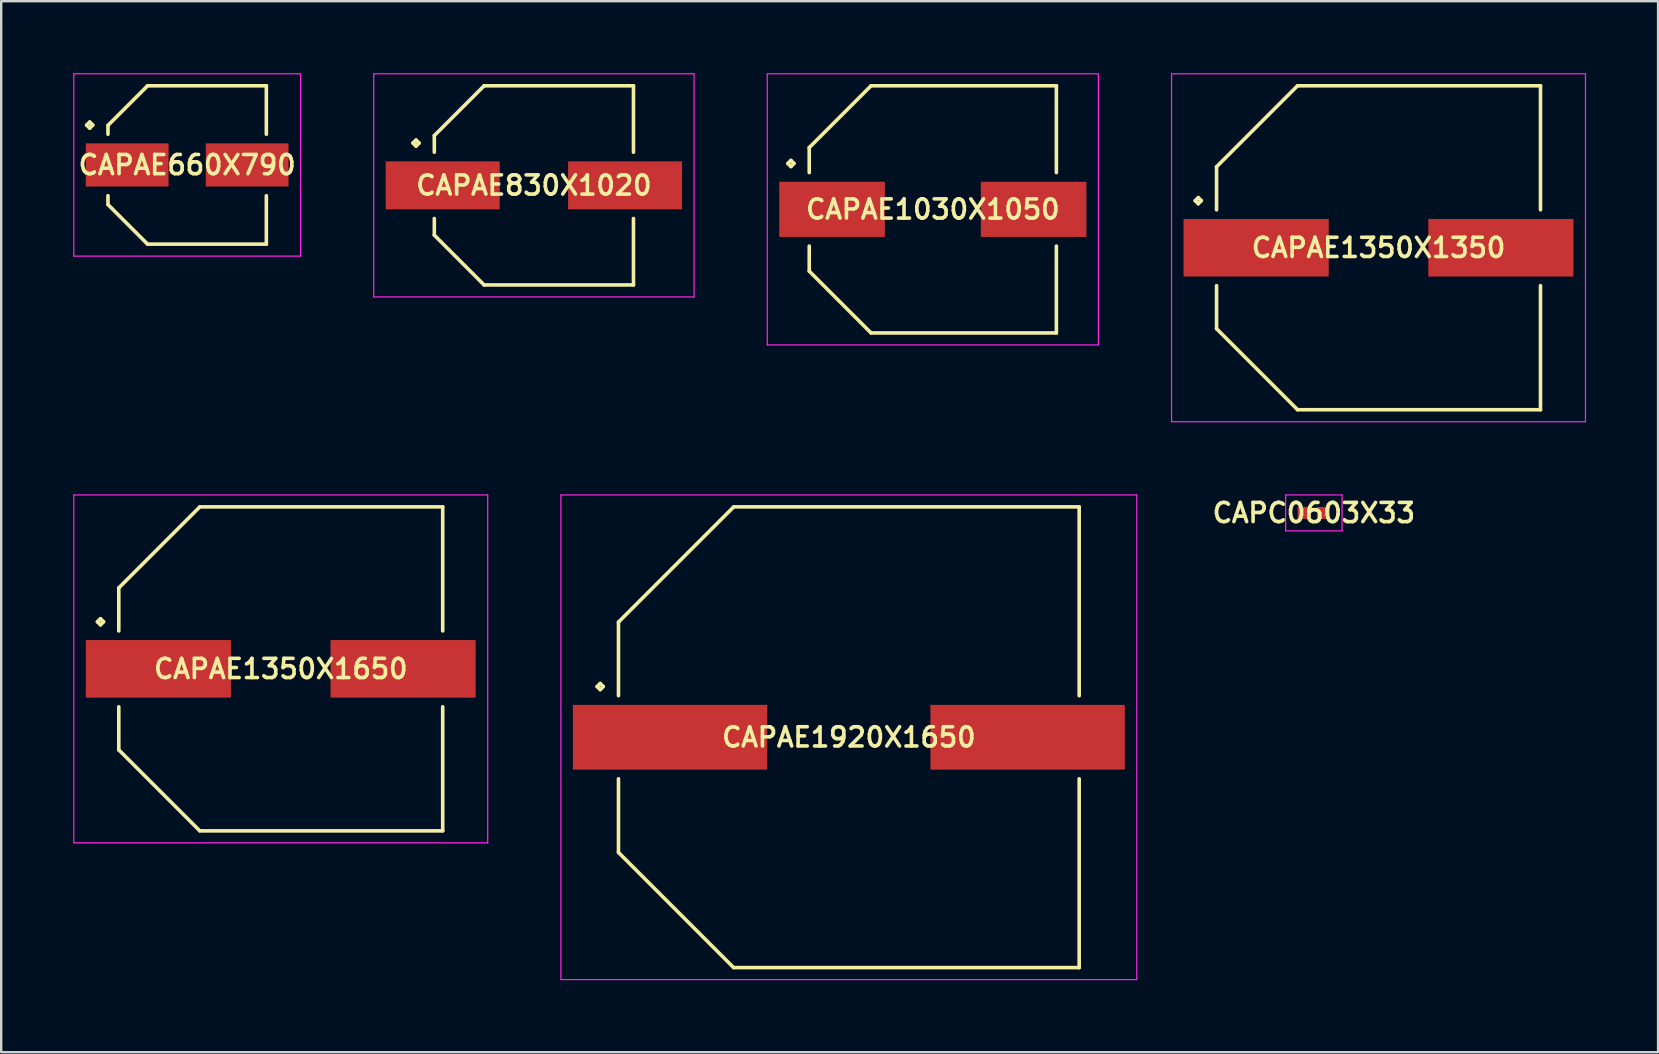
<source format=kicad_pcb>
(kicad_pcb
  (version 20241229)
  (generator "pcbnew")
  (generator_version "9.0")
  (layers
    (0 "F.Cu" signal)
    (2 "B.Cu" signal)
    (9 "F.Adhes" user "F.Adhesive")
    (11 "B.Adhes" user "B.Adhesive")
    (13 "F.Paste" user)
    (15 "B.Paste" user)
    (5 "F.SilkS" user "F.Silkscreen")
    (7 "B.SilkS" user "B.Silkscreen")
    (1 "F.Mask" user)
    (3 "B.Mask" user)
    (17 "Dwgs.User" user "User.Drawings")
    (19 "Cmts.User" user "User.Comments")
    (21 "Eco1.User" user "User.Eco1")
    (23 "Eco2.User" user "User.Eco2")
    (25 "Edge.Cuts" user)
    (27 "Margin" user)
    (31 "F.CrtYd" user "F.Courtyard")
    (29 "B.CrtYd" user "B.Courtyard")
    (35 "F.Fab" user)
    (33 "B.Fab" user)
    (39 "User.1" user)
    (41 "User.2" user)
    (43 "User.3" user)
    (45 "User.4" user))
  (footprint "CAPAE1350X1650"
    (layer "F.Cu")
    (at 8.65 24.825)
    (property "Reference" "CAPAE1350X1650" (at 0 0 0) (layer "F.SilkS") (effects (font (size 0.8 0.8) (thickness 0.15))))
    (attr smd)
    (fp_line (start -7.639 -1.962) (end -7.512 -2.089) (stroke (width 0.15) (type solid)) (layer "F.SilkS"))
    (fp_line (start -7.512 -2.089) (end -7.385 -1.962) (stroke (width 0.15) (type solid)) (layer "F.SilkS"))
    (fp_line (start -7.512 -1.835) (end -7.639 -1.962) (stroke (width 0.15) (type solid)) (layer "F.SilkS"))
    (fp_line (start -7.385 -1.962) (end -7.512 -1.835) (stroke (width 0.15) (type solid)) (layer "F.SilkS"))
    (fp_line (start -6.75 -3.375) (end -6.75 -1.581) (stroke (width 0.15) (type solid)) (layer "F.SilkS"))
    (fp_line (start -6.75 3.375) (end -6.75 1.581) (stroke (width 0.15) (type solid)) (layer "F.SilkS"))
    (fp_line (start -3.375 -6.75) (end -6.75 -3.375) (stroke (width 0.15) (type solid)) (layer "F.SilkS"))
    (fp_line (start -3.375 6.75) (end -6.75 3.375) (stroke (width 0.15) (type solid)) (layer "F.SilkS"))
    (fp_line (start 6.75 -6.75) (end -3.375 -6.75) (stroke (width 0.15) (type solid)) (layer "F.SilkS"))
    (fp_line (start 6.75 -1.581) (end 6.75 -6.75) (stroke (width 0.15) (type solid)) (layer "F.SilkS"))
    (fp_line (start 6.75 1.581) (end 6.75 6.75) (stroke (width 0.15) (type solid)) (layer "F.SilkS"))
    (fp_line (start 6.75 6.75) (end -3.375 6.75) (stroke (width 0.15) (type solid)) (layer "F.SilkS"))
    (fp_line (start -8.625 -7.25) (end 8.625 -7.25) (stroke (width 0.05) (type solid)) (layer "F.CrtYd"))
    (fp_line (start -8.625 7.25) (end -8.625 -7.25) (stroke (width 0.05) (type solid)) (layer "F.CrtYd"))
    (fp_line (start 8.625 -7.25) (end 8.625 7.25) (stroke (width 0.05) (type solid)) (layer "F.CrtYd"))
    (fp_line (start 8.625 7.25) (end -8.625 7.25) (stroke (width 0.05) (type solid)) (layer "F.CrtYd"))
    (pad "1" smd rect (at -5.1 0) (size 6.05 2.4) (layers "F.Cu" "F.Mask" "F.Paste"))
    (pad "2" smd rect (at 5.1 0) (size 6.05 2.4) (layers "F.Cu" "F.Mask" "F.Paste")))
  (footprint "CAPC0603X33"
    (layer "F.Cu")
    (at 51.705 18.325)
    (property "Reference" "CAPC0603X33" (at 0 0 0) (layer "F.SilkS") (effects (font (size 0.8 0.8) (thickness 0.15))))
    (attr smd)
    (fp_line (start -1.175 -0.75) (end 1.175 -0.75) (stroke (width 0.05) (type solid)) (layer "F.CrtYd"))
    (fp_line (start -1.175 0.75) (end -1.175 -0.75) (stroke (width 0.05) (type solid)) (layer "F.CrtYd"))
    (fp_line (start 1.175 -0.75) (end 1.175 0.75) (stroke (width 0.05) (type solid)) (layer "F.CrtYd"))
    (fp_line (start 1.175 0.75) (end -1.175 0.75) (stroke (width 0.05) (type solid)) (layer "F.CrtYd"))
    (pad "1" smd rect (at -0.4 0) (size 0.55 0.5) (layers "F.Cu" "F.Mask" "F.Paste"))
    (pad "2" smd rect (at 0.4 0) (size 0.55 0.5) (layers "F.Cu" "F.Mask" "F.Paste")))
  (footprint "CAPAE1920X1650"
    (layer "F.Cu")
    (at 32.325 27.675)
    (property "Reference" "CAPAE1920X1650" (at 0 0 0) (layer "F.SilkS") (effects (font (size 0.8 0.8) (thickness 0.15))))
    (attr smd)
    (fp_line (start -10.489 -2.112) (end -10.362 -2.239) (stroke (width 0.15) (type solid)) (layer "F.SilkS"))
    (fp_line (start -10.362 -2.239) (end -10.235 -2.112) (stroke (width 0.15) (type solid)) (layer "F.SilkS"))
    (fp_line (start -10.362 -1.985) (end -10.489 -2.112) (stroke (width 0.15) (type solid)) (layer "F.SilkS"))
    (fp_line (start -10.235 -2.112) (end -10.362 -1.985) (stroke (width 0.15) (type solid)) (layer "F.SilkS"))
    (fp_line (start -9.6 -4.8) (end -9.6 -1.731) (stroke (width 0.15) (type solid)) (layer "F.SilkS"))
    (fp_line (start -9.6 4.8) (end -9.6 1.731) (stroke (width 0.15) (type solid)) (layer "F.SilkS"))
    (fp_line (start -4.8 -9.6) (end -9.6 -4.8) (stroke (width 0.15) (type solid)) (layer "F.SilkS"))
    (fp_line (start -4.8 9.6) (end -9.6 4.8) (stroke (width 0.15) (type solid)) (layer "F.SilkS"))
    (fp_line (start 9.6 -9.6) (end -4.8 -9.6) (stroke (width 0.15) (type solid)) (layer "F.SilkS"))
    (fp_line (start 9.6 -1.731) (end 9.6 -9.6) (stroke (width 0.15) (type solid)) (layer "F.SilkS"))
    (fp_line (start 9.6 1.731) (end 9.6 9.6) (stroke (width 0.15) (type solid)) (layer "F.SilkS"))
    (fp_line (start 9.6 9.6) (end -4.8 9.6) (stroke (width 0.15) (type solid)) (layer "F.SilkS"))
    (fp_line (start -12 -10.1) (end 12 -10.1) (stroke (width 0.05) (type solid)) (layer "F.CrtYd"))
    (fp_line (start -12 10.1) (end -12 -10.1) (stroke (width 0.05) (type solid)) (layer "F.CrtYd"))
    (fp_line (start 12 -10.1) (end 12 10.1) (stroke (width 0.05) (type solid)) (layer "F.CrtYd"))
    (fp_line (start 12 10.1) (end -12 10.1) (stroke (width 0.05) (type solid)) (layer "F.CrtYd"))
    (pad "1" smd rect (at -7.45 0) (size 8.1 2.7) (layers "F.Cu" "F.Mask" "F.Paste"))
    (pad "2" smd rect (at 7.45 0) (size 8.1 2.7) (layers "F.Cu" "F.Mask" "F.Paste")))
  (footprint "CAPAE1350X1350"
    (layer "F.Cu")
    (at 54.4 7.275)
    (property "Reference" "CAPAE1350X1350" (at 0 0 0) (layer "F.SilkS") (effects (font (size 0.8 0.8) (thickness 0.15))))
    (attr smd)
    (fp_line (start -7.639 -1.962) (end -7.512 -2.089) (stroke (width 0.15) (type solid)) (layer "F.SilkS"))
    (fp_line (start -7.512 -2.089) (end -7.385 -1.962) (stroke (width 0.15) (type solid)) (layer "F.SilkS"))
    (fp_line (start -7.512 -1.835) (end -7.639 -1.962) (stroke (width 0.15) (type solid)) (layer "F.SilkS"))
    (fp_line (start -7.385 -1.962) (end -7.512 -1.835) (stroke (width 0.15) (type solid)) (layer "F.SilkS"))
    (fp_line (start -6.75 -3.375) (end -6.75 -1.581) (stroke (width 0.15) (type solid)) (layer "F.SilkS"))
    (fp_line (start -6.75 3.375) (end -6.75 1.581) (stroke (width 0.15) (type solid)) (layer "F.SilkS"))
    (fp_line (start -3.375 -6.75) (end -6.75 -3.375) (stroke (width 0.15) (type solid)) (layer "F.SilkS"))
    (fp_line (start -3.375 6.75) (end -6.75 3.375) (stroke (width 0.15) (type solid)) (layer "F.SilkS"))
    (fp_line (start 6.75 -6.75) (end -3.375 -6.75) (stroke (width 0.15) (type solid)) (layer "F.SilkS"))
    (fp_line (start 6.75 -1.581) (end 6.75 -6.75) (stroke (width 0.15) (type solid)) (layer "F.SilkS"))
    (fp_line (start 6.75 1.581) (end 6.75 6.75) (stroke (width 0.15) (type solid)) (layer "F.SilkS"))
    (fp_line (start 6.75 6.75) (end -3.375 6.75) (stroke (width 0.15) (type solid)) (layer "F.SilkS"))
    (fp_line (start -8.625 -7.25) (end 8.625 -7.25) (stroke (width 0.05) (type solid)) (layer "F.CrtYd"))
    (fp_line (start -8.625 7.25) (end -8.625 -7.25) (stroke (width 0.05) (type solid)) (layer "F.CrtYd"))
    (fp_line (start 8.625 -7.25) (end 8.625 7.25) (stroke (width 0.05) (type solid)) (layer "F.CrtYd"))
    (fp_line (start 8.625 7.25) (end -8.625 7.25) (stroke (width 0.05) (type solid)) (layer "F.CrtYd"))
    (pad "1" smd rect (at -5.1 0) (size 6.05 2.4) (layers "F.Cu" "F.Mask" "F.Paste"))
    (pad "2" smd rect (at 5.1 0) (size 6.05 2.4) (layers "F.Cu" "F.Mask" "F.Paste")))
  (footprint "CAPAE830X1020"
    (layer "F.Cu")
    (at 19.2 4.675)
    (property "Reference" "CAPAE830X1020" (at 0 0 0) (layer "F.SilkS") (effects (font (size 0.8 0.8) (thickness 0.15))))
    (attr smd)
    (fp_line (start -5.039 -1.762) (end -4.912 -1.889) (stroke (width 0.15) (type solid)) (layer "F.SilkS"))
    (fp_line (start -4.912 -1.889) (end -4.785 -1.762) (stroke (width 0.15) (type solid)) (layer "F.SilkS"))
    (fp_line (start -4.912 -1.635) (end -5.039 -1.762) (stroke (width 0.15) (type solid)) (layer "F.SilkS"))
    (fp_line (start -4.785 -1.762) (end -4.912 -1.635) (stroke (width 0.15) (type solid)) (layer "F.SilkS"))
    (fp_line (start -4.15 -2.075) (end -4.15 -1.381) (stroke (width 0.15) (type solid)) (layer "F.SilkS"))
    (fp_line (start -4.15 2.075) (end -4.15 1.381) (stroke (width 0.15) (type solid)) (layer "F.SilkS"))
    (fp_line (start -2.075 -4.15) (end -4.15 -2.075) (stroke (width 0.15) (type solid)) (layer "F.SilkS"))
    (fp_line (start -2.075 4.15) (end -4.15 2.075) (stroke (width 0.15) (type solid)) (layer "F.SilkS"))
    (fp_line (start 4.15 -4.15) (end -2.075 -4.15) (stroke (width 0.15) (type solid)) (layer "F.SilkS"))
    (fp_line (start 4.15 -1.381) (end 4.15 -4.15) (stroke (width 0.15) (type solid)) (layer "F.SilkS"))
    (fp_line (start 4.15 1.381) (end 4.15 4.15) (stroke (width 0.15) (type solid)) (layer "F.SilkS"))
    (fp_line (start 4.15 4.15) (end -2.075 4.15) (stroke (width 0.15) (type solid)) (layer "F.SilkS"))
    (fp_line (start -6.675 -4.65) (end 6.675 -4.65) (stroke (width 0.05) (type solid)) (layer "F.CrtYd"))
    (fp_line (start -6.675 4.65) (end -6.675 -4.65) (stroke (width 0.05) (type solid)) (layer "F.CrtYd"))
    (fp_line (start 6.675 -4.65) (end 6.675 4.65) (stroke (width 0.05) (type solid)) (layer "F.CrtYd"))
    (fp_line (start 6.675 4.65) (end -6.675 4.65) (stroke (width 0.05) (type solid)) (layer "F.CrtYd"))
    (pad "1" smd rect (at -3.8 0) (size 4.75 2) (layers "F.Cu" "F.Mask" "F.Paste"))
    (pad "2" smd rect (at 3.8 0) (size 4.75 2) (layers "F.Cu" "F.Mask" "F.Paste")))
  (footprint "CAPAE660X790"
    (layer "F.Cu")
    (at 4.75 3.825)
    (property "Reference" "CAPAE660X790" (at 0 0 0) (layer "F.SilkS") (effects (font (size 0.8 0.8) (thickness 0.15))))
    (attr smd)
    (fp_line (start -4.189 -1.662) (end -4.062 -1.789) (stroke (width 0.15) (type solid)) (layer "F.SilkS"))
    (fp_line (start -4.062 -1.789) (end -3.935 -1.662) (stroke (width 0.15) (type solid)) (layer "F.SilkS"))
    (fp_line (start -4.062 -1.535) (end -4.189 -1.662) (stroke (width 0.15) (type solid)) (layer "F.SilkS"))
    (fp_line (start -3.935 -1.662) (end -4.062 -1.535) (stroke (width 0.15) (type solid)) (layer "F.SilkS"))
    (fp_line (start -3.3 -1.65) (end -3.3 -1.281) (stroke (width 0.15) (type solid)) (layer "F.SilkS"))
    (fp_line (start -3.3 1.65) (end -3.3 1.281) (stroke (width 0.15) (type solid)) (layer "F.SilkS"))
    (fp_line (start -1.65 -3.3) (end -3.3 -1.65) (stroke (width 0.15) (type solid)) (layer "F.SilkS"))
    (fp_line (start -1.65 3.3) (end -3.3 1.65) (stroke (width 0.15) (type solid)) (layer "F.SilkS"))
    (fp_line (start 3.3 -3.3) (end -1.65 -3.3) (stroke (width 0.15) (type solid)) (layer "F.SilkS"))
    (fp_line (start 3.3 -1.281) (end 3.3 -3.3) (stroke (width 0.15) (type solid)) (layer "F.SilkS"))
    (fp_line (start 3.3 1.281) (end 3.3 3.3) (stroke (width 0.15) (type solid)) (layer "F.SilkS"))
    (fp_line (start 3.3 3.3) (end -1.65 3.3) (stroke (width 0.15) (type solid)) (layer "F.SilkS"))
    (fp_line (start -4.725 -3.8) (end 4.725 -3.8) (stroke (width 0.05) (type solid)) (layer "F.CrtYd"))
    (fp_line (start -4.725 3.8) (end -4.725 -3.8) (stroke (width 0.05) (type solid)) (layer "F.CrtYd"))
    (fp_line (start 4.725 -3.8) (end 4.725 3.8) (stroke (width 0.05) (type solid)) (layer "F.CrtYd"))
    (fp_line (start 4.725 3.8) (end -4.725 3.8) (stroke (width 0.05) (type solid)) (layer "F.CrtYd"))
    (pad "1" smd rect (at -2.5 0) (size 3.45 1.8) (layers "F.Cu" "F.Mask" "F.Paste"))
    (pad "2" smd rect (at 2.5 0) (size 3.45 1.8) (layers "F.Cu" "F.Mask" "F.Paste")))
  (footprint "CAPAE1030X1050"
    (layer "F.Cu")
    (at 35.825 5.675)
    (property "Reference" "CAPAE1030X1050" (at 0 0 0) (layer "F.SilkS") (effects (font (size 0.8 0.8) (thickness 0.15))))
    (attr smd)
    (fp_line (start -6.039 -1.912) (end -5.912 -2.039) (stroke (width 0.15) (type solid)) (layer "F.SilkS"))
    (fp_line (start -5.912 -2.039) (end -5.785 -1.912) (stroke (width 0.15) (type solid)) (layer "F.SilkS"))
    (fp_line (start -5.912 -1.785) (end -6.039 -1.912) (stroke (width 0.15) (type solid)) (layer "F.SilkS"))
    (fp_line (start -5.785 -1.912) (end -5.912 -1.785) (stroke (width 0.15) (type solid)) (layer "F.SilkS"))
    (fp_line (start -5.15 -2.575) (end -5.15 -1.531) (stroke (width 0.15) (type solid)) (layer "F.SilkS"))
    (fp_line (start -5.15 2.575) (end -5.15 1.531) (stroke (width 0.15) (type solid)) (layer "F.SilkS"))
    (fp_line (start -2.575 -5.15) (end -5.15 -2.575) (stroke (width 0.15) (type solid)) (layer "F.SilkS"))
    (fp_line (start -2.575 5.15) (end -5.15 2.575) (stroke (width 0.15) (type solid)) (layer "F.SilkS"))
    (fp_line (start 5.15 -5.15) (end -2.575 -5.15) (stroke (width 0.15) (type solid)) (layer "F.SilkS"))
    (fp_line (start 5.15 -1.531) (end 5.15 -5.15) (stroke (width 0.15) (type solid)) (layer "F.SilkS"))
    (fp_line (start 5.15 1.531) (end 5.15 5.15) (stroke (width 0.15) (type solid)) (layer "F.SilkS"))
    (fp_line (start 5.15 5.15) (end -2.575 5.15) (stroke (width 0.15) (type solid)) (layer "F.SilkS"))
    (fp_line (start -6.9 -5.65) (end 6.9 -5.65) (stroke (width 0.05) (type solid)) (layer "F.CrtYd"))
    (fp_line (start -6.9 5.65) (end -6.9 -5.65) (stroke (width 0.05) (type solid)) (layer "F.CrtYd"))
    (fp_line (start 6.9 -5.65) (end 6.9 5.65) (stroke (width 0.05) (type solid)) (layer "F.CrtYd"))
    (fp_line (start 6.9 5.65) (end -6.9 5.65) (stroke (width 0.05) (type solid)) (layer "F.CrtYd"))
    (pad "1" smd rect (at -4.2 0) (size 4.4 2.3) (layers "F.Cu" "F.Mask" "F.Paste"))
    (pad "2" smd rect (at 4.2 0) (size 4.4 2.3) (layers "F.Cu" "F.Mask" "F.Paste")))
  (gr_rect
    (start -3 -3)
    (end 66.05 40.8)
    (stroke (width 0.1) (type default))
    (fill no)
    (layer "Edge.Cuts")))
</source>
